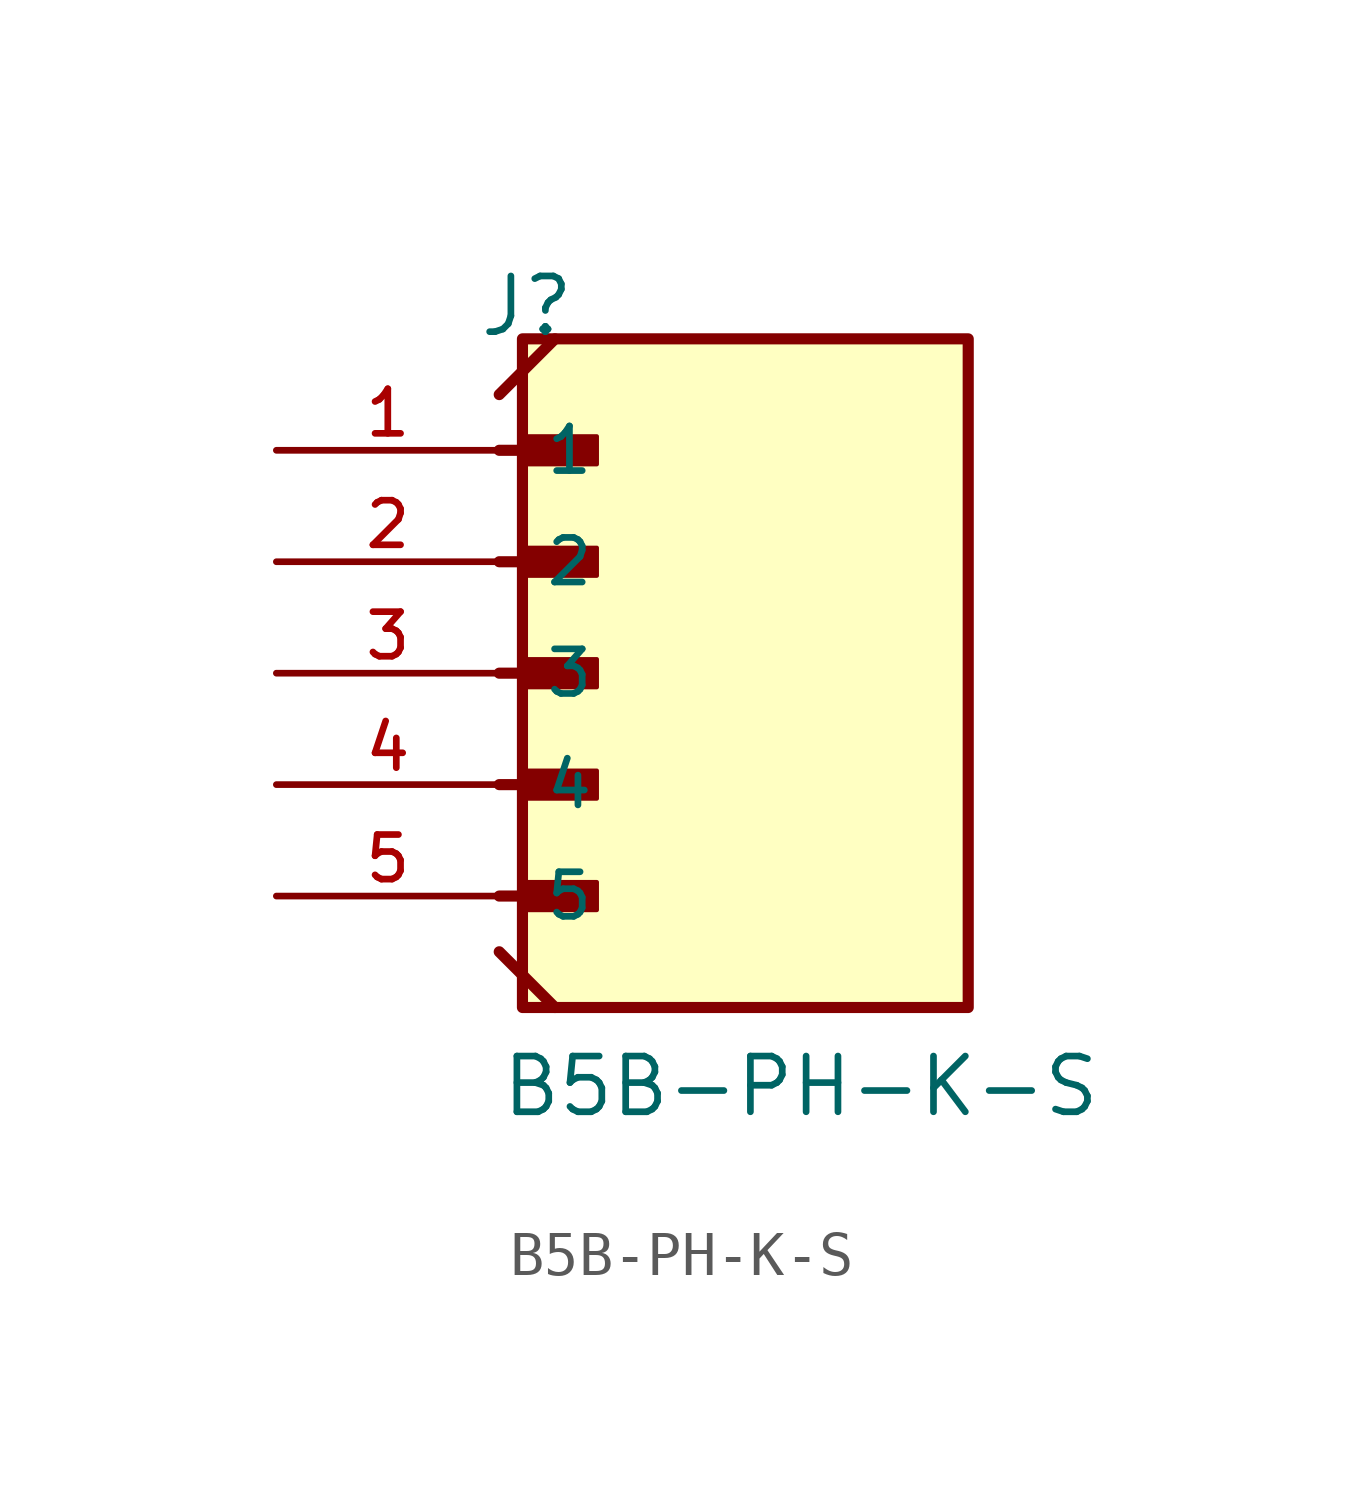
<source format=kicad_sym>
(kicad_symbol_lib
  (version 20231120)
  (generator "kicad_symbol_editor")
  (generator_version "8.0")
  (symbol "B5B-PH-K-S"
    (pin_names
      (offset 1.016))
    (property "Reference" "J"
      (at -5.58 7.62 0)
      (effects (font (size 1.27 1.27)) (justify left bottom)))
    (property "Value" "B5B-PH-K-S"
      (at -5.08 -10.16 0)
      (effects (font (size 1.27 1.27)) (justify left bottom)))
    (symbol "B5B-PH-K-S_0_0"
      (rectangle (start -4.551 -7.62) (end 5.609 7.62) (stroke (width 0.254) (type default)) (fill (type background)))
      (rectangle (start -4.445 -5.397) (end -2.857 -4.763) (stroke (width 0.1) (type default)) (fill (type outline)))
      (rectangle (start -4.445 -2.857) (end -2.857 -2.223) (stroke (width 0.1) (type default)) (fill (type outline)))
      (rectangle (start -4.445 -0.318) (end -2.857 0.318) (stroke (width 0.1) (type default)) (fill (type outline)))
      (rectangle (start -4.445 2.223) (end -2.857 2.857) (stroke (width 0.1) (type default)) (fill (type outline)))
      (rectangle (start -4.445 4.763) (end -2.857 5.397) (stroke (width 0.1) (type default)) (fill (type outline)))
      (polyline (pts (xy -5.08 -6.35) (xy -3.81 -7.62)) (stroke (width 0.254) (type default)) (fill (type none)))
      (polyline (pts (xy -5.08 -5.08) (xy -3.175 -5.08)) (stroke (width 0.254) (type default)) (fill (type none)))
      (polyline (pts (xy -5.08 -2.54) (xy -3.175 -2.54)) (stroke (width 0.254) (type default)) (fill (type none)))
      (polyline (pts (xy -5.08 0) (xy -3.175 0)) (stroke (width 0.254) (type default)) (fill (type none)))
      (polyline (pts (xy -5.08 2.54) (xy -3.175 2.54)) (stroke (width 0.254) (type default)) (fill (type none)))
      (polyline (pts (xy -5.08 5.08) (xy -3.175 5.08)) (stroke (width 0.254) (type default)) (fill (type none)))
      (polyline (pts (xy -5.08 6.35) (xy -3.81 7.62)) (stroke (width 0.254) (type default)) (fill (type none)))
      (pin passive line (at -10.16 5.08 0) (length 5.08) (name "1" (effects (font (size 1.016 1.016)))) (number "1" (effects (font (size 1.016 1.016)))))
      (pin passive line (at -10.16 2.54 0) (length 5.08) (name "2" (effects (font (size 1.016 1.016)))) (number "2" (effects (font (size 1.016 1.016)))))
      (pin passive line (at -10.16 0 0) (length 5.08) (name "3" (effects (font (size 1.016 1.016)))) (number "3" (effects (font (size 1.016 1.016)))))
      (pin passive line (at -10.16 -2.54 0) (length 5.08) (name "4" (effects (font (size 1.016 1.016)))) (number "4" (effects (font (size 1.016 1.016)))))
      (pin passive line (at -10.16 -5.08 0) (length 5.08) (name "5" (effects (font (size 1.016 1.016)))) (number "5" (effects (font (size 1.016 1.016))))))))
</source>
